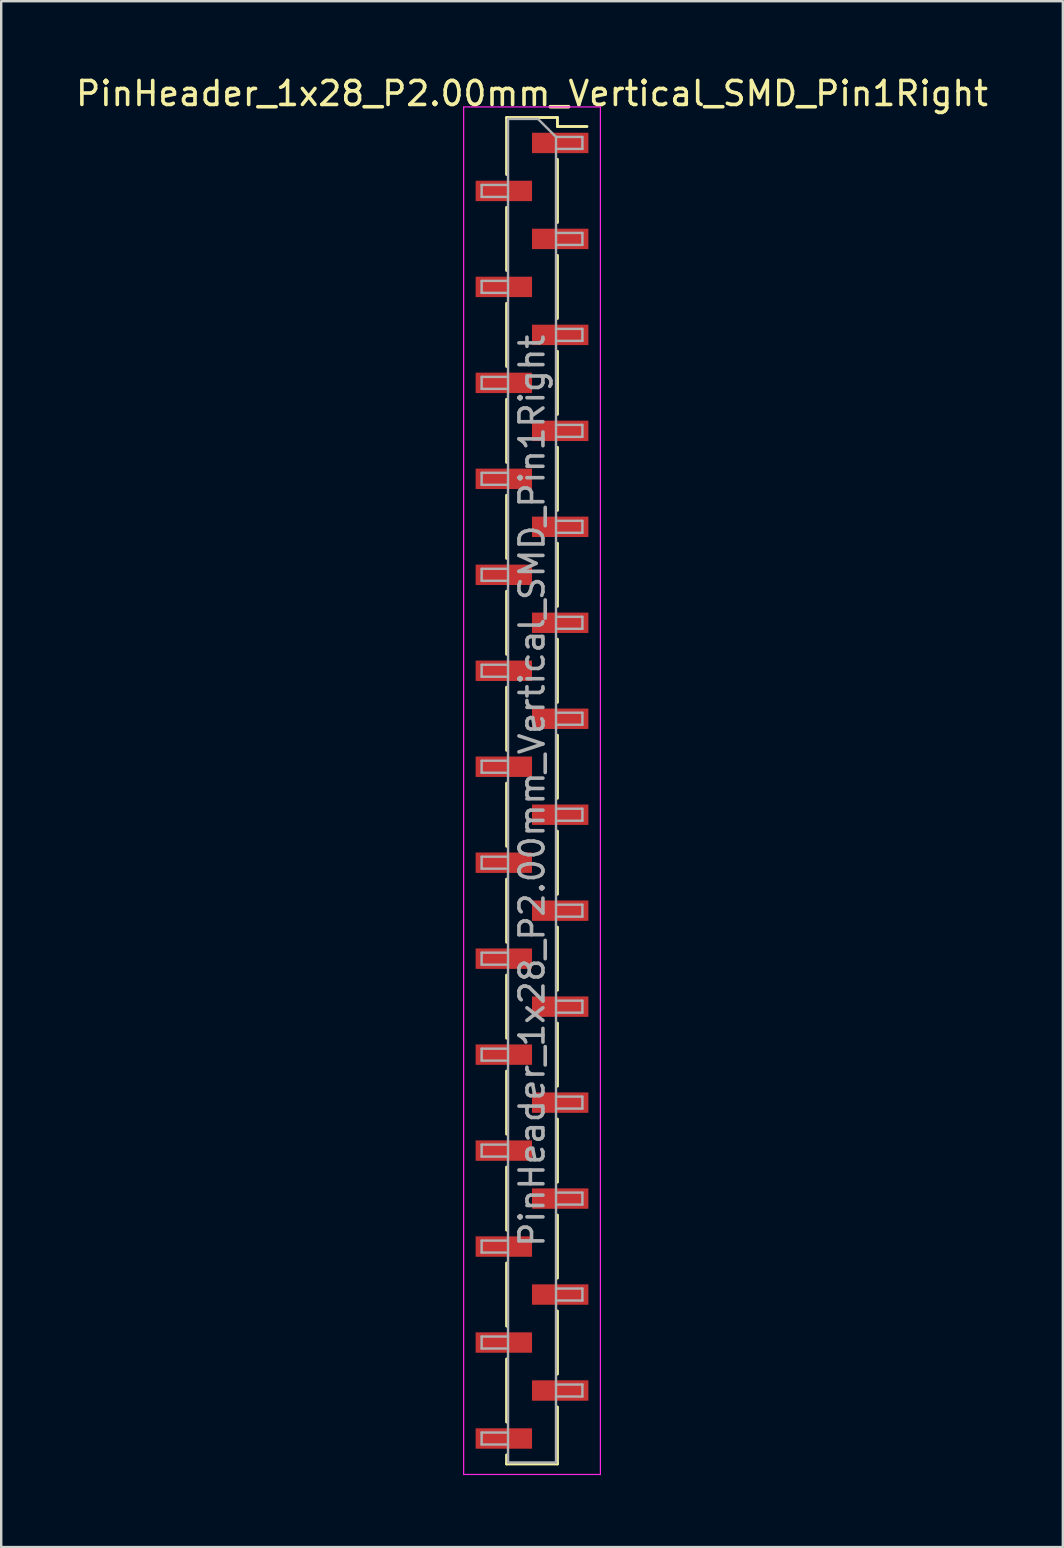
<source format=kicad_pcb>
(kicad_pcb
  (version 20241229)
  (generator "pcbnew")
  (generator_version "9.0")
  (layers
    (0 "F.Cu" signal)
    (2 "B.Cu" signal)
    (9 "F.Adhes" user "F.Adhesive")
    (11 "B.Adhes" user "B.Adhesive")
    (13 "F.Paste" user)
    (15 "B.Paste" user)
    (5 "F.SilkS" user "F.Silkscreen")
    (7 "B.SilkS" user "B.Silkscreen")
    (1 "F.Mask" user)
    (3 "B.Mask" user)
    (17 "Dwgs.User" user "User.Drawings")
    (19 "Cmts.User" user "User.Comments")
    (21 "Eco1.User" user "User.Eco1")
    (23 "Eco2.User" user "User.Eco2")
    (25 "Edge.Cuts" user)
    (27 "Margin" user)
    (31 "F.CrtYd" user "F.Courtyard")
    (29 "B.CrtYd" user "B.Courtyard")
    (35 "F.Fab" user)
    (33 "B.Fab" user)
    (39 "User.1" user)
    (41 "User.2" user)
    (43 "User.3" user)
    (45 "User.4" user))
  (footprint "PinHeader_1x28_P2.00mm_Vertical_SMD_Pin1Right"
    (layer "F.Cu")
    (at 19.125 29.908)
    (property "Reference" "PinHeader_1x28_P2.00mm_Vertical_SMD_Pin1Right" (at 0 -29.06 0) (layer "F.SilkS") (effects (font (size 1 1) (thickness 0.15))))
    (attr smd)
    (fp_line (start -1.06 -28.06) (end -1.06 -25.685) (stroke (width 0.12) (type solid)) (layer "F.SilkS"))
    (fp_line (start -1.06 -28.06) (end 1.06 -28.06) (stroke (width 0.12) (type solid)) (layer "F.SilkS"))
    (fp_line (start -1.06 -24.315) (end -1.06 -21.685) (stroke (width 0.12) (type solid)) (layer "F.SilkS"))
    (fp_line (start -1.06 -20.315) (end -1.06 -17.685) (stroke (width 0.12) (type solid)) (layer "F.SilkS"))
    (fp_line (start -1.06 -16.315) (end -1.06 -13.685) (stroke (width 0.12) (type solid)) (layer "F.SilkS"))
    (fp_line (start -1.06 -12.315) (end -1.06 -9.685) (stroke (width 0.12) (type solid)) (layer "F.SilkS"))
    (fp_line (start -1.06 -8.315) (end -1.06 -5.685) (stroke (width 0.12) (type solid)) (layer "F.SilkS"))
    (fp_line (start -1.06 -4.315) (end -1.06 -1.685) (stroke (width 0.12) (type solid)) (layer "F.SilkS"))
    (fp_line (start -1.06 -0.315) (end -1.06 2.315) (stroke (width 0.12) (type solid)) (layer "F.SilkS"))
    (fp_line (start -1.06 3.685) (end -1.06 6.315) (stroke (width 0.12) (type solid)) (layer "F.SilkS"))
    (fp_line (start -1.06 7.685) (end -1.06 10.315) (stroke (width 0.12) (type solid)) (layer "F.SilkS"))
    (fp_line (start -1.06 11.685) (end -1.06 14.315) (stroke (width 0.12) (type solid)) (layer "F.SilkS"))
    (fp_line (start -1.06 15.685) (end -1.06 18.315) (stroke (width 0.12) (type solid)) (layer "F.SilkS"))
    (fp_line (start -1.06 19.685) (end -1.06 22.315) (stroke (width 0.12) (type solid)) (layer "F.SilkS"))
    (fp_line (start -1.06 23.685) (end -1.06 26.315) (stroke (width 0.12) (type solid)) (layer "F.SilkS"))
    (fp_line (start -1.06 27.685) (end -1.06 28.06) (stroke (width 0.12) (type solid)) (layer "F.SilkS"))
    (fp_line (start -1.06 28.06) (end 1.06 28.06) (stroke (width 0.12) (type solid)) (layer "F.SilkS"))
    (fp_line (start 1.06 -28.06) (end 1.06 -27.685) (stroke (width 0.12) (type solid)) (layer "F.SilkS"))
    (fp_line (start 1.06 -27.685) (end 2.29 -27.685) (stroke (width 0.12) (type solid)) (layer "F.SilkS"))
    (fp_line (start 1.06 -26.315) (end 1.06 -23.685) (stroke (width 0.12) (type solid)) (layer "F.SilkS"))
    (fp_line (start 1.06 -22.315) (end 1.06 -19.685) (stroke (width 0.12) (type solid)) (layer "F.SilkS"))
    (fp_line (start 1.06 -18.315) (end 1.06 -15.685) (stroke (width 0.12) (type solid)) (layer "F.SilkS"))
    (fp_line (start 1.06 -14.315) (end 1.06 -11.685) (stroke (width 0.12) (type solid)) (layer "F.SilkS"))
    (fp_line (start 1.06 -10.315) (end 1.06 -7.685) (stroke (width 0.12) (type solid)) (layer "F.SilkS"))
    (fp_line (start 1.06 -6.315) (end 1.06 -3.685) (stroke (width 0.12) (type solid)) (layer "F.SilkS"))
    (fp_line (start 1.06 -2.315) (end 1.06 0.315) (stroke (width 0.12) (type solid)) (layer "F.SilkS"))
    (fp_line (start 1.06 1.685) (end 1.06 4.315) (stroke (width 0.12) (type solid)) (layer "F.SilkS"))
    (fp_line (start 1.06 5.685) (end 1.06 8.315) (stroke (width 0.12) (type solid)) (layer "F.SilkS"))
    (fp_line (start 1.06 9.685) (end 1.06 12.315) (stroke (width 0.12) (type solid)) (layer "F.SilkS"))
    (fp_line (start 1.06 13.685) (end 1.06 16.315) (stroke (width 0.12) (type solid)) (layer "F.SilkS"))
    (fp_line (start 1.06 17.685) (end 1.06 20.315) (stroke (width 0.12) (type solid)) (layer "F.SilkS"))
    (fp_line (start 1.06 21.685) (end 1.06 24.315) (stroke (width 0.12) (type solid)) (layer "F.SilkS"))
    (fp_line (start 1.06 25.685) (end 1.06 28.06) (stroke (width 0.12) (type solid)) (layer "F.SilkS"))
    (fp_line (start -2.85 -28.5) (end -2.85 28.5) (stroke (width 0.05) (type solid)) (layer "F.CrtYd"))
    (fp_line (start -2.85 28.5) (end 2.85 28.5) (stroke (width 0.05) (type solid)) (layer "F.CrtYd"))
    (fp_line (start 2.85 -28.5) (end -2.85 -28.5) (stroke (width 0.05) (type solid)) (layer "F.CrtYd"))
    (fp_line (start 2.85 28.5) (end 2.85 -28.5) (stroke (width 0.05) (type solid)) (layer "F.CrtYd"))
    (fp_line (start -2.1 -25.25) (end -2.1 -24.75) (stroke (width 0.1) (type solid)) (layer "F.Fab"))
    (fp_line (start -2.1 -24.75) (end -1 -24.75) (stroke (width 0.1) (type solid)) (layer "F.Fab"))
    (fp_line (start -2.1 -21.25) (end -2.1 -20.75) (stroke (width 0.1) (type solid)) (layer "F.Fab"))
    (fp_line (start -2.1 -20.75) (end -1 -20.75) (stroke (width 0.1) (type solid)) (layer "F.Fab"))
    (fp_line (start -2.1 -17.25) (end -2.1 -16.75) (stroke (width 0.1) (type solid)) (layer "F.Fab"))
    (fp_line (start -2.1 -16.75) (end -1 -16.75) (stroke (width 0.1) (type solid)) (layer "F.Fab"))
    (fp_line (start -2.1 -13.25) (end -2.1 -12.75) (stroke (width 0.1) (type solid)) (layer "F.Fab"))
    (fp_line (start -2.1 -12.75) (end -1 -12.75) (stroke (width 0.1) (type solid)) (layer "F.Fab"))
    (fp_line (start -2.1 -9.25) (end -2.1 -8.75) (stroke (width 0.1) (type solid)) (layer "F.Fab"))
    (fp_line (start -2.1 -8.75) (end -1 -8.75) (stroke (width 0.1) (type solid)) (layer "F.Fab"))
    (fp_line (start -2.1 -5.25) (end -2.1 -4.75) (stroke (width 0.1) (type solid)) (layer "F.Fab"))
    (fp_line (start -2.1 -4.75) (end -1 -4.75) (stroke (width 0.1) (type solid)) (layer "F.Fab"))
    (fp_line (start -2.1 -1.25) (end -2.1 -0.75) (stroke (width 0.1) (type solid)) (layer "F.Fab"))
    (fp_line (start -2.1 -0.75) (end -1 -0.75) (stroke (width 0.1) (type solid)) (layer "F.Fab"))
    (fp_line (start -2.1 2.75) (end -2.1 3.25) (stroke (width 0.1) (type solid)) (layer "F.Fab"))
    (fp_line (start -2.1 3.25) (end -1 3.25) (stroke (width 0.1) (type solid)) (layer "F.Fab"))
    (fp_line (start -2.1 6.75) (end -2.1 7.25) (stroke (width 0.1) (type solid)) (layer "F.Fab"))
    (fp_line (start -2.1 7.25) (end -1 7.25) (stroke (width 0.1) (type solid)) (layer "F.Fab"))
    (fp_line (start -2.1 10.75) (end -2.1 11.25) (stroke (width 0.1) (type solid)) (layer "F.Fab"))
    (fp_line (start -2.1 11.25) (end -1 11.25) (stroke (width 0.1) (type solid)) (layer "F.Fab"))
    (fp_line (start -2.1 14.75) (end -2.1 15.25) (stroke (width 0.1) (type solid)) (layer "F.Fab"))
    (fp_line (start -2.1 15.25) (end -1 15.25) (stroke (width 0.1) (type solid)) (layer "F.Fab"))
    (fp_line (start -2.1 18.75) (end -2.1 19.25) (stroke (width 0.1) (type solid)) (layer "F.Fab"))
    (fp_line (start -2.1 19.25) (end -1 19.25) (stroke (width 0.1) (type solid)) (layer "F.Fab"))
    (fp_line (start -2.1 22.75) (end -2.1 23.25) (stroke (width 0.1) (type solid)) (layer "F.Fab"))
    (fp_line (start -2.1 23.25) (end -1 23.25) (stroke (width 0.1) (type solid)) (layer "F.Fab"))
    (fp_line (start -2.1 26.75) (end -2.1 27.25) (stroke (width 0.1) (type solid)) (layer "F.Fab"))
    (fp_line (start -2.1 27.25) (end -1 27.25) (stroke (width 0.1) (type solid)) (layer "F.Fab"))
    (fp_line (start -1 -28) (end -1 28) (stroke (width 0.1) (type solid)) (layer "F.Fab"))
    (fp_line (start -1 -28) (end 0.25 -28) (stroke (width 0.1) (type solid)) (layer "F.Fab"))
    (fp_line (start -1 -25.25) (end -2.1 -25.25) (stroke (width 0.1) (type solid)) (layer "F.Fab"))
    (fp_line (start -1 -21.25) (end -2.1 -21.25) (stroke (width 0.1) (type solid)) (layer "F.Fab"))
    (fp_line (start -1 -17.25) (end -2.1 -17.25) (stroke (width 0.1) (type solid)) (layer "F.Fab"))
    (fp_line (start -1 -13.25) (end -2.1 -13.25) (stroke (width 0.1) (type solid)) (layer "F.Fab"))
    (fp_line (start -1 -9.25) (end -2.1 -9.25) (stroke (width 0.1) (type solid)) (layer "F.Fab"))
    (fp_line (start -1 -5.25) (end -2.1 -5.25) (stroke (width 0.1) (type solid)) (layer "F.Fab"))
    (fp_line (start -1 -1.25) (end -2.1 -1.25) (stroke (width 0.1) (type solid)) (layer "F.Fab"))
    (fp_line (start -1 2.75) (end -2.1 2.75) (stroke (width 0.1) (type solid)) (layer "F.Fab"))
    (fp_line (start -1 6.75) (end -2.1 6.75) (stroke (width 0.1) (type solid)) (layer "F.Fab"))
    (fp_line (start -1 10.75) (end -2.1 10.75) (stroke (width 0.1) (type solid)) (layer "F.Fab"))
    (fp_line (start -1 14.75) (end -2.1 14.75) (stroke (width 0.1) (type solid)) (layer "F.Fab"))
    (fp_line (start -1 18.75) (end -2.1 18.75) (stroke (width 0.1) (type solid)) (layer "F.Fab"))
    (fp_line (start -1 22.75) (end -2.1 22.75) (stroke (width 0.1) (type solid)) (layer "F.Fab"))
    (fp_line (start -1 26.75) (end -2.1 26.75) (stroke (width 0.1) (type solid)) (layer "F.Fab"))
    (fp_line (start 1 -27.25) (end 0.25 -28) (stroke (width 0.1) (type solid)) (layer "F.Fab"))
    (fp_line (start 1 -27.25) (end 2.1 -27.25) (stroke (width 0.1) (type solid)) (layer "F.Fab"))
    (fp_line (start 1 -23.25) (end 2.1 -23.25) (stroke (width 0.1) (type solid)) (layer "F.Fab"))
    (fp_line (start 1 -19.25) (end 2.1 -19.25) (stroke (width 0.1) (type solid)) (layer "F.Fab"))
    (fp_line (start 1 -15.25) (end 2.1 -15.25) (stroke (width 0.1) (type solid)) (layer "F.Fab"))
    (fp_line (start 1 -11.25) (end 2.1 -11.25) (stroke (width 0.1) (type solid)) (layer "F.Fab"))
    (fp_line (start 1 -7.25) (end 2.1 -7.25) (stroke (width 0.1) (type solid)) (layer "F.Fab"))
    (fp_line (start 1 -3.25) (end 2.1 -3.25) (stroke (width 0.1) (type solid)) (layer "F.Fab"))
    (fp_line (start 1 0.75) (end 2.1 0.75) (stroke (width 0.1) (type solid)) (layer "F.Fab"))
    (fp_line (start 1 4.75) (end 2.1 4.75) (stroke (width 0.1) (type solid)) (layer "F.Fab"))
    (fp_line (start 1 8.75) (end 2.1 8.75) (stroke (width 0.1) (type solid)) (layer "F.Fab"))
    (fp_line (start 1 12.75) (end 2.1 12.75) (stroke (width 0.1) (type solid)) (layer "F.Fab"))
    (fp_line (start 1 16.75) (end 2.1 16.75) (stroke (width 0.1) (type solid)) (layer "F.Fab"))
    (fp_line (start 1 20.75) (end 2.1 20.75) (stroke (width 0.1) (type solid)) (layer "F.Fab"))
    (fp_line (start 1 24.75) (end 2.1 24.75) (stroke (width 0.1) (type solid)) (layer "F.Fab"))
    (fp_line (start 1 28) (end -1 28) (stroke (width 0.1) (type solid)) (layer "F.Fab"))
    (fp_line (start 1 28) (end 1 -27.25) (stroke (width 0.1) (type solid)) (layer "F.Fab"))
    (fp_line (start 2.1 -27.25) (end 2.1 -26.75) (stroke (width 0.1) (type solid)) (layer "F.Fab"))
    (fp_line (start 2.1 -26.75) (end 1 -26.75) (stroke (width 0.1) (type solid)) (layer "F.Fab"))
    (fp_line (start 2.1 -23.25) (end 2.1 -22.75) (stroke (width 0.1) (type solid)) (layer "F.Fab"))
    (fp_line (start 2.1 -22.75) (end 1 -22.75) (stroke (width 0.1) (type solid)) (layer "F.Fab"))
    (fp_line (start 2.1 -19.25) (end 2.1 -18.75) (stroke (width 0.1) (type solid)) (layer "F.Fab"))
    (fp_line (start 2.1 -18.75) (end 1 -18.75) (stroke (width 0.1) (type solid)) (layer "F.Fab"))
    (fp_line (start 2.1 -15.25) (end 2.1 -14.75) (stroke (width 0.1) (type solid)) (layer "F.Fab"))
    (fp_line (start 2.1 -14.75) (end 1 -14.75) (stroke (width 0.1) (type solid)) (layer "F.Fab"))
    (fp_line (start 2.1 -11.25) (end 2.1 -10.75) (stroke (width 0.1) (type solid)) (layer "F.Fab"))
    (fp_line (start 2.1 -10.75) (end 1 -10.75) (stroke (width 0.1) (type solid)) (layer "F.Fab"))
    (fp_line (start 2.1 -7.25) (end 2.1 -6.75) (stroke (width 0.1) (type solid)) (layer "F.Fab"))
    (fp_line (start 2.1 -6.75) (end 1 -6.75) (stroke (width 0.1) (type solid)) (layer "F.Fab"))
    (fp_line (start 2.1 -3.25) (end 2.1 -2.75) (stroke (width 0.1) (type solid)) (layer "F.Fab"))
    (fp_line (start 2.1 -2.75) (end 1 -2.75) (stroke (width 0.1) (type solid)) (layer "F.Fab"))
    (fp_line (start 2.1 0.75) (end 2.1 1.25) (stroke (width 0.1) (type solid)) (layer "F.Fab"))
    (fp_line (start 2.1 1.25) (end 1 1.25) (stroke (width 0.1) (type solid)) (layer "F.Fab"))
    (fp_line (start 2.1 4.75) (end 2.1 5.25) (stroke (width 0.1) (type solid)) (layer "F.Fab"))
    (fp_line (start 2.1 5.25) (end 1 5.25) (stroke (width 0.1) (type solid)) (layer "F.Fab"))
    (fp_line (start 2.1 8.75) (end 2.1 9.25) (stroke (width 0.1) (type solid)) (layer "F.Fab"))
    (fp_line (start 2.1 9.25) (end 1 9.25) (stroke (width 0.1) (type solid)) (layer "F.Fab"))
    (fp_line (start 2.1 12.75) (end 2.1 13.25) (stroke (width 0.1) (type solid)) (layer "F.Fab"))
    (fp_line (start 2.1 13.25) (end 1 13.25) (stroke (width 0.1) (type solid)) (layer "F.Fab"))
    (fp_line (start 2.1 16.75) (end 2.1 17.25) (stroke (width 0.1) (type solid)) (layer "F.Fab"))
    (fp_line (start 2.1 17.25) (end 1 17.25) (stroke (width 0.1) (type solid)) (layer "F.Fab"))
    (fp_line (start 2.1 20.75) (end 2.1 21.25) (stroke (width 0.1) (type solid)) (layer "F.Fab"))
    (fp_line (start 2.1 21.25) (end 1 21.25) (stroke (width 0.1) (type solid)) (layer "F.Fab"))
    (fp_line (start 2.1 24.75) (end 2.1 25.25) (stroke (width 0.1) (type solid)) (layer "F.Fab"))
    (fp_line (start 2.1 25.25) (end 1 25.25) (stroke (width 0.1) (type solid)) (layer "F.Fab"))
    (fp_text user "${REFERENCE}" (at 0 0 90) (layer "F.Fab") (effects (font (size 1 1) (thickness 0.15))))
    (pad "1" smd rect (at 1.175 -27) (size 2.35 0.85) (layers "F.Cu" "F.Mask" "F.Paste"))
    (pad "2" smd rect (at -1.175 -25) (size 2.35 0.85) (layers "F.Cu" "F.Mask" "F.Paste"))
    (pad "3" smd rect (at 1.175 -23) (size 2.35 0.85) (layers "F.Cu" "F.Mask" "F.Paste"))
    (pad "4" smd rect (at -1.175 -21) (size 2.35 0.85) (layers "F.Cu" "F.Mask" "F.Paste"))
    (pad "5" smd rect (at 1.175 -19) (size 2.35 0.85) (layers "F.Cu" "F.Mask" "F.Paste"))
    (pad "6" smd rect (at -1.175 -17) (size 2.35 0.85) (layers "F.Cu" "F.Mask" "F.Paste"))
    (pad "7" smd rect (at 1.175 -15) (size 2.35 0.85) (layers "F.Cu" "F.Mask" "F.Paste"))
    (pad "8" smd rect (at -1.175 -13) (size 2.35 0.85) (layers "F.Cu" "F.Mask" "F.Paste"))
    (pad "9" smd rect (at 1.175 -11) (size 2.35 0.85) (layers "F.Cu" "F.Mask" "F.Paste"))
    (pad "10" smd rect (at -1.175 -9) (size 2.35 0.85) (layers "F.Cu" "F.Mask" "F.Paste"))
    (pad "11" smd rect (at 1.175 -7) (size 2.35 0.85) (layers "F.Cu" "F.Mask" "F.Paste"))
    (pad "12" smd rect (at -1.175 -5) (size 2.35 0.85) (layers "F.Cu" "F.Mask" "F.Paste"))
    (pad "13" smd rect (at 1.175 -3) (size 2.35 0.85) (layers "F.Cu" "F.Mask" "F.Paste"))
    (pad "14" smd rect (at -1.175 -1) (size 2.35 0.85) (layers "F.Cu" "F.Mask" "F.Paste"))
    (pad "15" smd rect (at 1.175 1) (size 2.35 0.85) (layers "F.Cu" "F.Mask" "F.Paste"))
    (pad "16" smd rect (at -1.175 3) (size 2.35 0.85) (layers "F.Cu" "F.Mask" "F.Paste"))
    (pad "17" smd rect (at 1.175 5) (size 2.35 0.85) (layers "F.Cu" "F.Mask" "F.Paste"))
    (pad "18" smd rect (at -1.175 7) (size 2.35 0.85) (layers "F.Cu" "F.Mask" "F.Paste"))
    (pad "19" smd rect (at 1.175 9) (size 2.35 0.85) (layers "F.Cu" "F.Mask" "F.Paste"))
    (pad "20" smd rect (at -1.175 11) (size 2.35 0.85) (layers "F.Cu" "F.Mask" "F.Paste"))
    (pad "21" smd rect (at 1.175 13) (size 2.35 0.85) (layers "F.Cu" "F.Mask" "F.Paste"))
    (pad "22" smd rect (at -1.175 15) (size 2.35 0.85) (layers "F.Cu" "F.Mask" "F.Paste"))
    (pad "23" smd rect (at 1.175 17) (size 2.35 0.85) (layers "F.Cu" "F.Mask" "F.Paste"))
    (pad "24" smd rect (at -1.175 19) (size 2.35 0.85) (layers "F.Cu" "F.Mask" "F.Paste"))
    (pad "25" smd rect (at 1.175 21) (size 2.35 0.85) (layers "F.Cu" "F.Mask" "F.Paste"))
    (pad "26" smd rect (at -1.175 23) (size 2.35 0.85) (layers "F.Cu" "F.Mask" "F.Paste"))
    (pad "27" smd rect (at 1.175 25) (size 2.35 0.85) (layers "F.Cu" "F.Mask" "F.Paste"))
    (pad "28" smd rect (at -1.175 27) (size 2.35 0.85) (layers "F.Cu" "F.Mask" "F.Paste")))
  (gr_rect
    (start -3 -3)
    (end 41.25 61.433)
    (stroke (width 0.1) (type default))
    (fill no)
    (layer "Edge.Cuts")))
</source>
